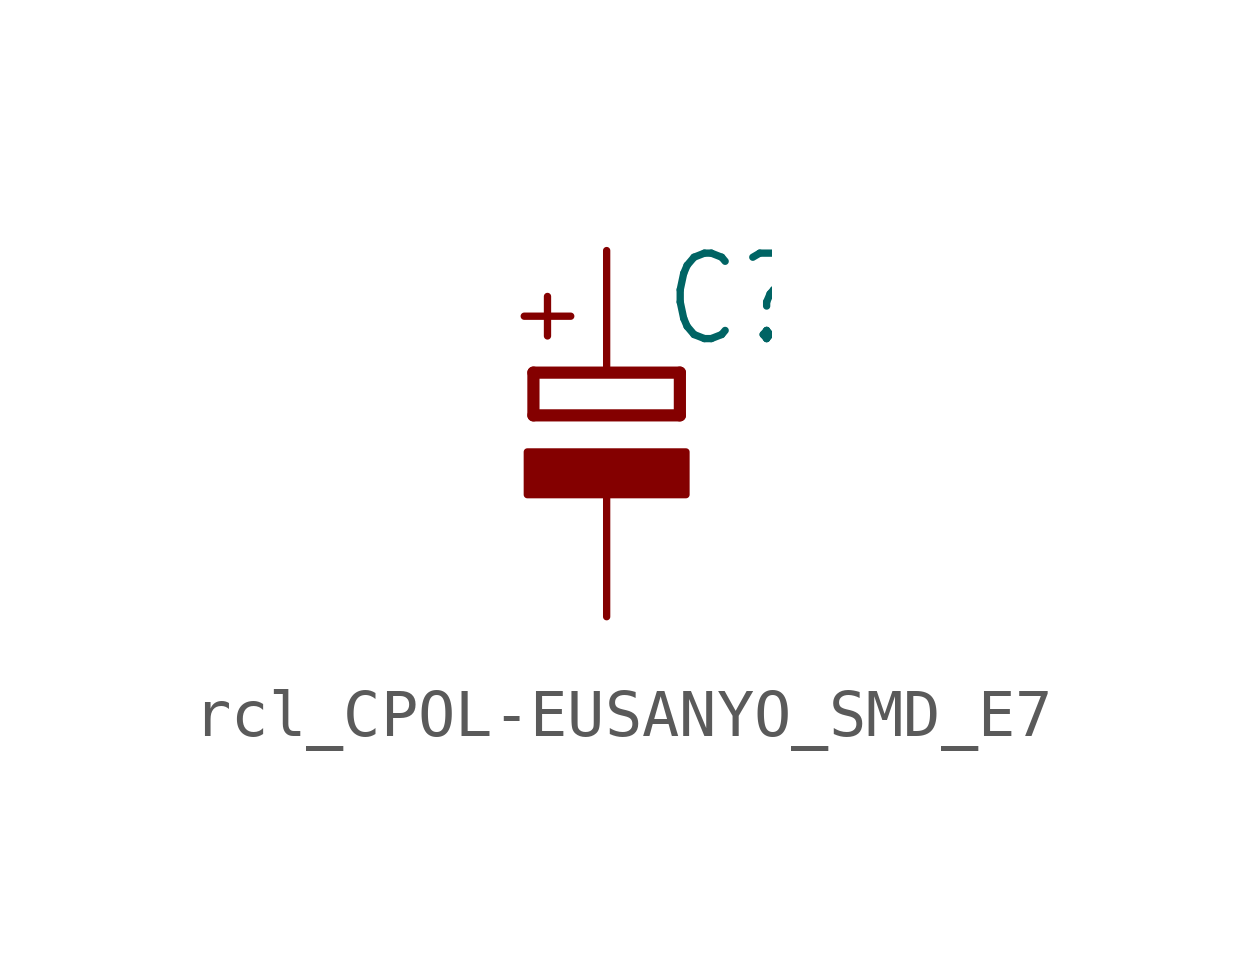
<source format=kicad_sym>
(kicad_symbol_lib
  (version 20231120)
  (generator "kicad_symbol_editor")
  (generator_version "8.0")
  (symbol "rcl_CPOL-EUSANYO_SMD_E7"
    (property "Reference" "C"
      (at 1.143 0.483 0)
      (effects (font (size 1.778 1.511)) (justify left bottom)))
    (property "Value" ""
      (at 1.143 -4.597 0)
      (effects (font (size 1.778 1.511)) (justify left bottom)))
    (property "ki_locked" ""
      (at 0 0 0)
      (effects (font (size 1.27 1.27))))
    (symbol "rcl_CPOL-EUSANYO_SMD_E7_1_0"
      (rectangle (start -1.651 -2.54) (end 1.651 -1.651) (stroke (width 0) (type default)) (fill (type outline)))
      (polyline (pts (xy -1.524 -0.889) (xy 1.524 -0.889)) (stroke (width 0.254) (type solid)) (fill (type none)))
      (polyline (pts (xy -1.524 0) (xy -1.524 -0.889)) (stroke (width 0.254) (type solid)) (fill (type none)))
      (polyline (pts (xy -1.524 0) (xy 1.524 0)) (stroke (width 0.254) (type solid)) (fill (type none)))
      (polyline (pts (xy 1.524 -0.889) (xy 1.524 0)) (stroke (width 0.254) (type solid)) (fill (type none)))
      (text "+" (at -0.584 0.406 900) (effects (font (size 1.27 1.079)) (justify left bottom)))
      (pin passive line (at 0 2.54 270) (length 2.54) (name "+" (effects (font (size 0 0)))) (number "+" (effects (font (size 0 0)))))
      (pin passive line (at 0 -5.08 90) (length 2.54) (name "-" (effects (font (size 0 0)))) (number "-" (effects (font (size 0 0))))))))
</source>
